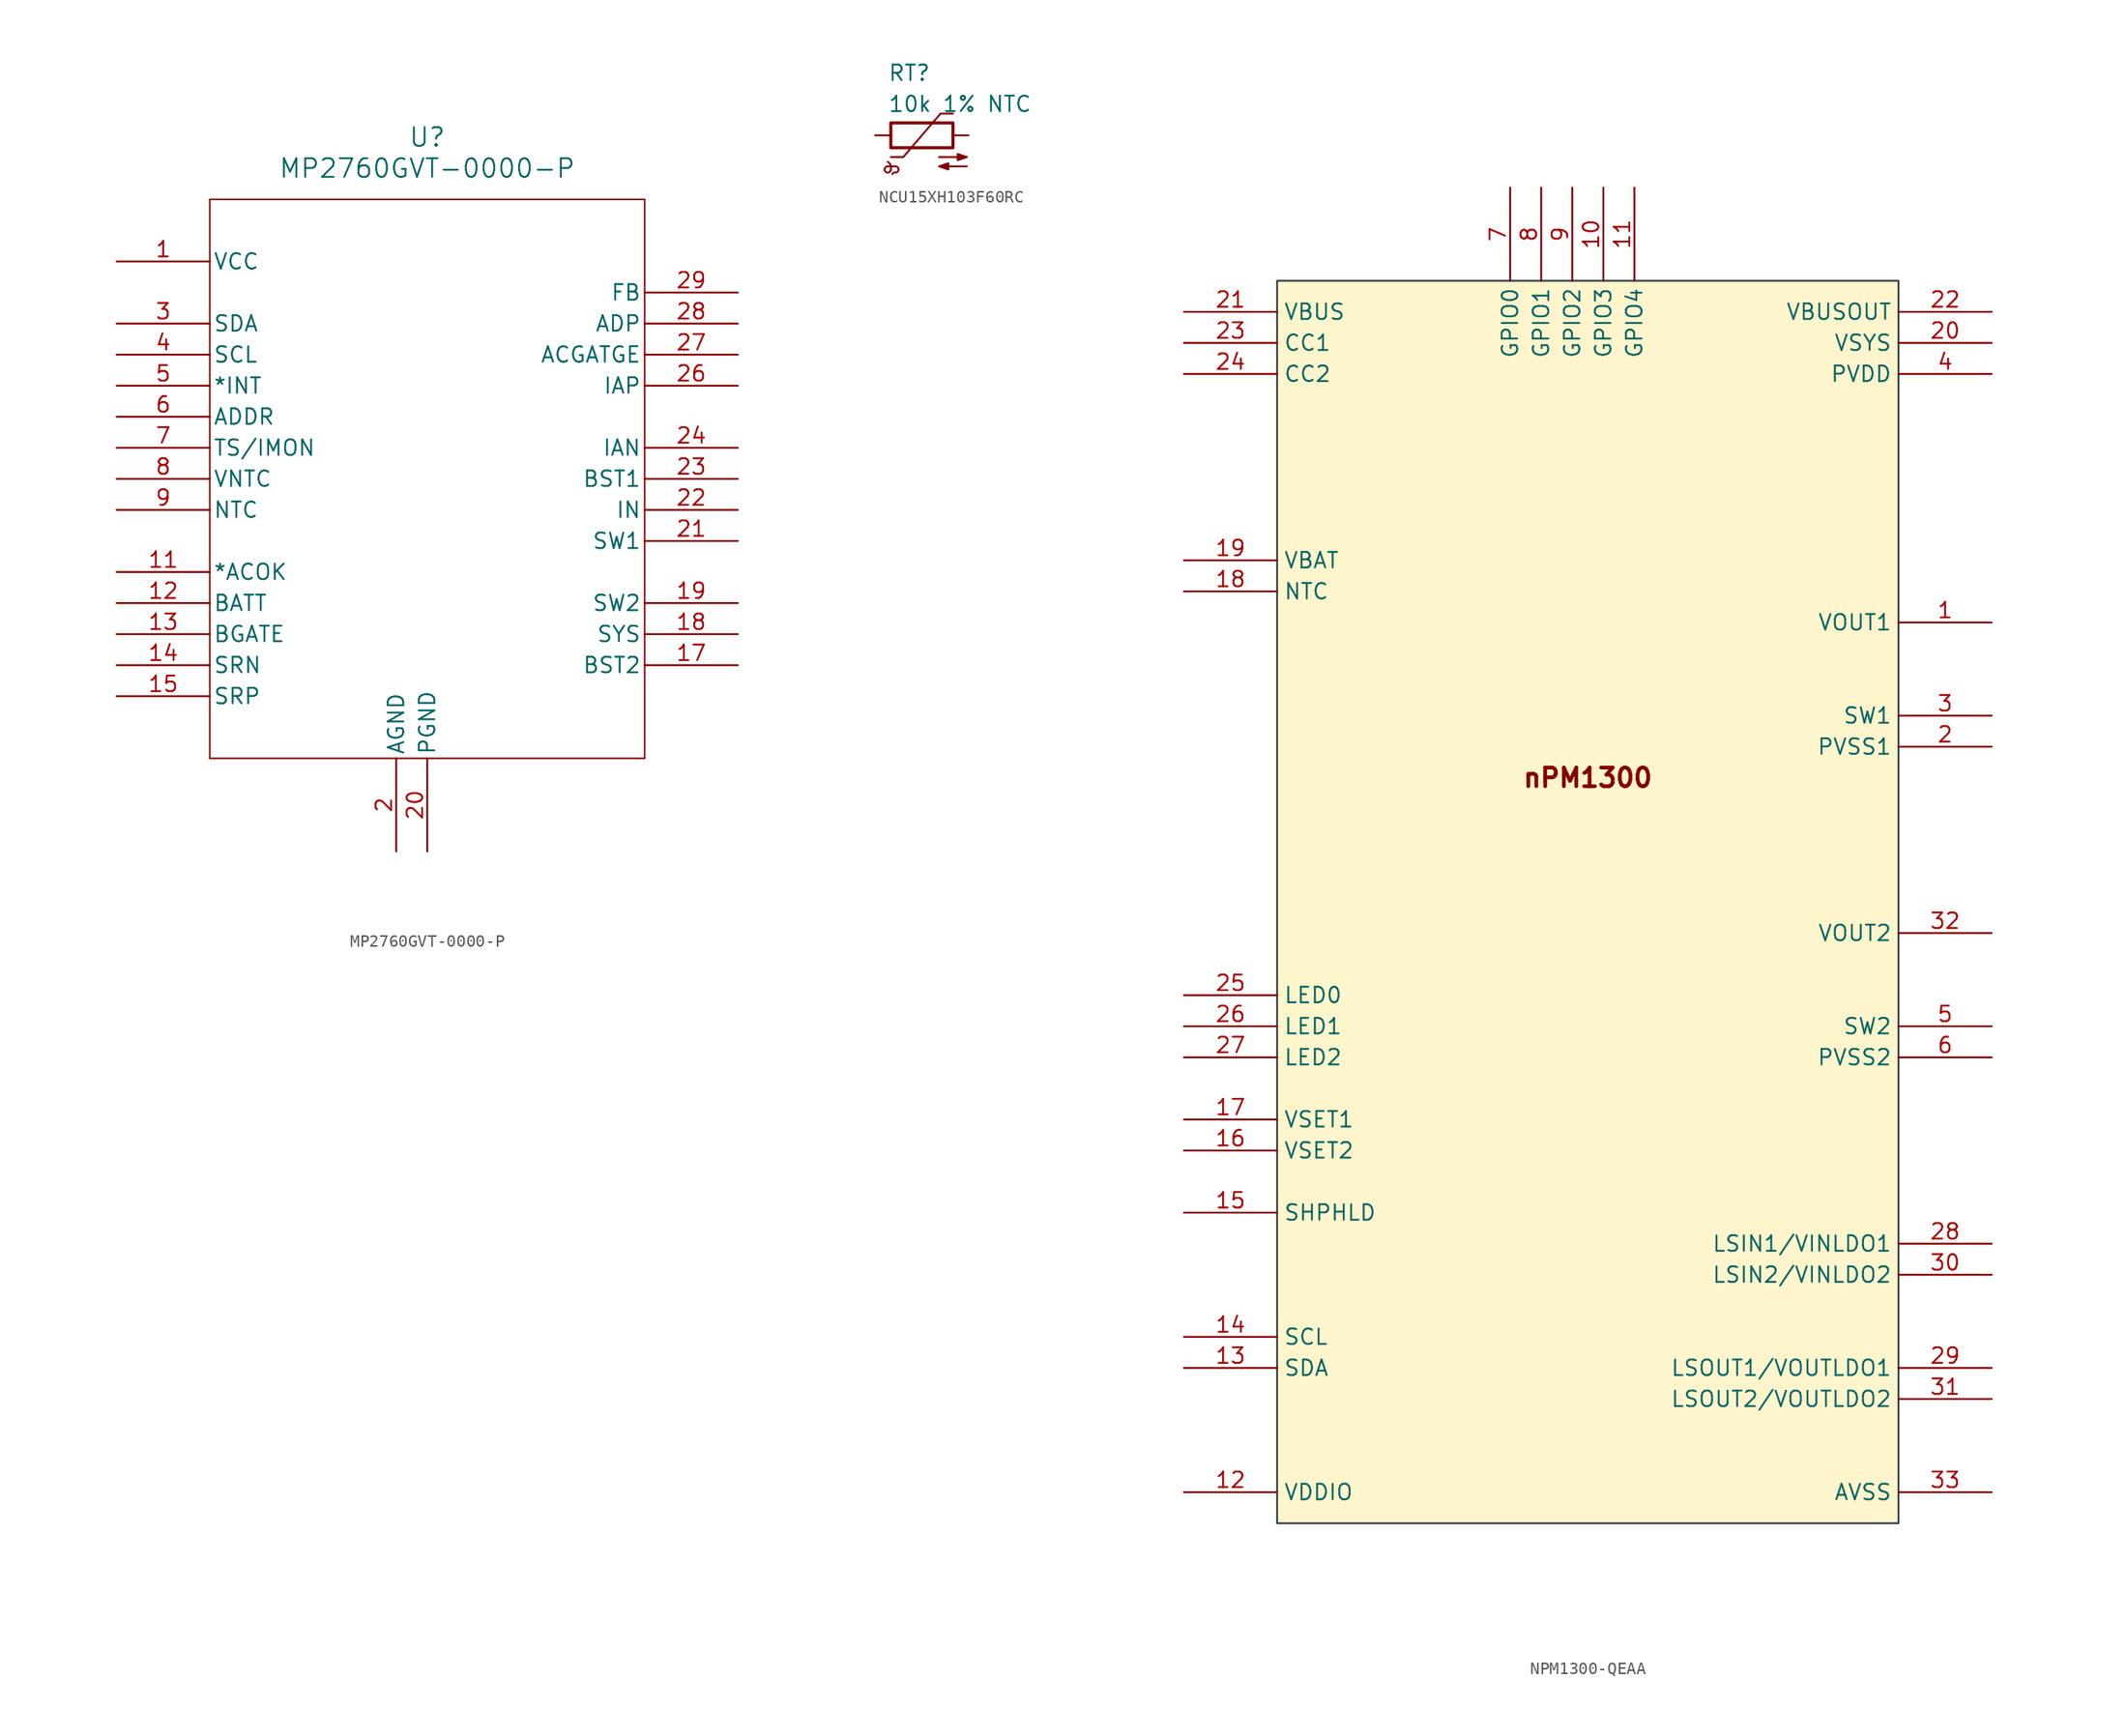
<source format=kicad_sym>
(kicad_symbol_lib
  (version 20241209)
  (generator "kicad_symbol_editor")
  (generator_version "9.0")
  (symbol "MP2760GVT-0000-P"
    (pin_names
      (offset 0.254))
    (property "Reference" "U"
      (at 25.4 10.16 0)
      (effects (font (size 1.524 1.524))))
    (property "Value" "MP2760GVT-0000-P"
      (at 25.4 7.62 0)
      (effects (font (size 1.524 1.524))))
    (symbol "MP2760GVT-0000-P_0_1"
      (polyline (pts (xy 7.62 5.08) (xy 7.62 -40.64)) (stroke (width 0.127) (type default)) (fill (type none)))
      (polyline (pts (xy 7.62 -40.64) (xy 43.18 -40.64)) (stroke (width 0.127) (type default)) (fill (type none)))
      (polyline (pts (xy 43.18 5.08) (xy 7.62 5.08)) (stroke (width 0.127) (type default)) (fill (type none)))
      (polyline (pts (xy 43.18 -40.64) (xy 43.18 5.08)) (stroke (width 0.127) (type default)) (fill (type none)))
      (pin power_in line (at 0 0 0) (length 7.62) (name "VCC" (effects (font (size 1.27 1.27)))) (number "1" (effects (font (size 1.27 1.27)))))
      (pin passive line (at 0 0 0) (length 7.62) (hide yes) (name "VCC" (effects (font (size 1.27 1.27)))) (number "30" (effects (font (size 1.27 1.27)))))
      (pin output line (at 0 -5.08 0) (length 7.62) (name "SDA" (effects (font (size 1.27 1.27)))) (number "3" (effects (font (size 1.27 1.27)))))
      (pin output line (at 0 -7.62 0) (length 7.62) (name "SCL" (effects (font (size 1.27 1.27)))) (number "4" (effects (font (size 1.27 1.27)))))
      (pin output line (at 0 -10.16 0) (length 7.62) (name "*INT" (effects (font (size 1.27 1.27)))) (number "5" (effects (font (size 1.27 1.27)))))
      (pin unspecified line (at 0 -12.7 0) (length 7.62) (name "ADDR" (effects (font (size 1.27 1.27)))) (number "6" (effects (font (size 1.27 1.27)))))
      (pin unspecified line (at 0 -15.24 0) (length 7.62) (name "TS/IMON" (effects (font (size 1.27 1.27)))) (number "7" (effects (font (size 1.27 1.27)))))
      (pin unspecified line (at 0 -17.78 0) (length 7.62) (name "VNTC" (effects (font (size 1.27 1.27)))) (number "8" (effects (font (size 1.27 1.27)))))
      (pin passive line (at 0 -20.32 0) (length 7.62) (hide yes) (name "NTC" (effects (font (size 1.27 1.27)))) (number "10" (effects (font (size 1.27 1.27)))))
      (pin input line (at 0 -20.32 0) (length 7.62) (name "NTC" (effects (font (size 1.27 1.27)))) (number "9" (effects (font (size 1.27 1.27)))))
      (pin output line (at 0 -25.4 0) (length 7.62) (name "*ACOK" (effects (font (size 1.27 1.27)))) (number "11" (effects (font (size 1.27 1.27)))))
      (pin power_in line (at 0 -27.94 0) (length 7.62) (name "BATT" (effects (font (size 1.27 1.27)))) (number "12" (effects (font (size 1.27 1.27)))))
      (pin unspecified line (at 0 -30.48 0) (length 7.62) (name "BGATE" (effects (font (size 1.27 1.27)))) (number "13" (effects (font (size 1.27 1.27)))))
      (pin unspecified line (at 0 -33.02 0) (length 7.62) (name "SRN" (effects (font (size 1.27 1.27)))) (number "14" (effects (font (size 1.27 1.27)))))
      (pin unspecified line (at 0 -35.56 0) (length 7.62) (name "SRP" (effects (font (size 1.27 1.27)))) (number "15" (effects (font (size 1.27 1.27)))))
      (pin passive line (at 0 -35.56 0) (length 7.62) (hide yes) (name "SRP" (effects (font (size 1.27 1.27)))) (number "16" (effects (font (size 1.27 1.27)))))
      (pin power_in line (at 22.86 -48.26 90) (length 7.62) (name "AGND" (effects (font (size 1.27 1.27)))) (number "2" (effects (font (size 1.27 1.27)))))
      (pin power_in line (at 25.4 -48.26 90) (length 7.62) (name "PGND" (effects (font (size 1.27 1.27)))) (number "20" (effects (font (size 1.27 1.27)))))
      (pin unspecified line (at 50.8 -2.54 180) (length 7.62) (name "FB" (effects (font (size 1.27 1.27)))) (number "29" (effects (font (size 1.27 1.27)))))
      (pin unspecified line (at 50.8 -5.08 180) (length 7.62) (name "ADP" (effects (font (size 1.27 1.27)))) (number "28" (effects (font (size 1.27 1.27)))))
      (pin input line (at 50.8 -7.62 180) (length 7.62) (name "ACGATGE" (effects (font (size 1.27 1.27)))) (number "27" (effects (font (size 1.27 1.27)))))
      (pin input line (at 50.8 -10.16 180) (length 7.62) (name "IAP" (effects (font (size 1.27 1.27)))) (number "26" (effects (font (size 1.27 1.27)))))
      (pin input line (at 50.8 -15.24 180) (length 7.62) (name "IAN" (effects (font (size 1.27 1.27)))) (number "24" (effects (font (size 1.27 1.27)))))
      (pin passive line (at 50.8 -15.24 180) (length 7.62) (hide yes) (name "IAN" (effects (font (size 1.27 1.27)))) (number "25" (effects (font (size 1.27 1.27)))))
      (pin power_in line (at 50.8 -17.78 180) (length 7.62) (name "BST1" (effects (font (size 1.27 1.27)))) (number "23" (effects (font (size 1.27 1.27)))))
      (pin input line (at 50.8 -20.32 180) (length 7.62) (name "IN" (effects (font (size 1.27 1.27)))) (number "22" (effects (font (size 1.27 1.27)))))
      (pin unspecified line (at 50.8 -22.86 180) (length 7.62) (name "SW1" (effects (font (size 1.27 1.27)))) (number "21" (effects (font (size 1.27 1.27)))))
      (pin unspecified line (at 50.8 -27.94 180) (length 7.62) (name "SW2" (effects (font (size 1.27 1.27)))) (number "19" (effects (font (size 1.27 1.27)))))
      (pin power_in line (at 50.8 -30.48 180) (length 7.62) (name "SYS" (effects (font (size 1.27 1.27)))) (number "18" (effects (font (size 1.27 1.27)))))
      (pin power_in line (at 50.8 -33.02 180) (length 7.62) (name "BST2" (effects (font (size 1.27 1.27)))) (number "17" (effects (font (size 1.27 1.27)))))))
  (symbol "NCU15XH103F60RC"
    (pin_numbers
      (hide yes))
    (pin_names
      (hide yes))
    (property "Reference" "RT"
      (at 6.096 5.842 0)
      (effects (font (size 1.27 1.27)) (justify left top)))
    (property "Value" "10k 1% NTC"
      (at 6.096 3.302 0)
      (effects (font (size 1.27 1.27)) (justify left top)))
    (symbol "NCU15XH103F60RC_0_1"
      (arc (start 6.096 -2.159) (mid 6.3292 -2.434) (end 6.35 -2.794) (stroke (width 0) (type default)) (fill (type none)))
      (arc (start 5.842 -2.794) (mid 5.9164 -2.6144) (end 6.096 -2.54) (stroke (width 0) (type default)) (fill (type none)))
      (arc (start 6.096 -3.048) (mid 5.9164 -2.9736) (end 5.842 -2.794) (stroke (width 0) (type default)) (fill (type none)))
      (arc (start 6.35 -2.794) (mid 6.2756 -2.9736) (end 6.096 -3.048) (stroke (width 0) (type default)) (fill (type none)))
      (rectangle (start 6.35 -1.016) (end 11.43 1.016) (stroke (width 0.254) (type default)) (fill (type none)))
      (polyline (pts (xy 6.35 -1.778) (xy 7.366 -1.778) (xy 10.414 1.778) (xy 11.43 1.778)) (stroke (width 0) (type default)) (fill (type none)))
      (arc (start 6.477 -3.175) (mid 6.5735 -3.0506) (end 6.731 -3.048) (stroke (width 0) (type default)) (fill (type none)))
      (polyline (pts (xy 6.731 -2.54) (xy 6.096 -2.54)) (stroke (width 0) (type default)) (fill (type none)))
      (arc (start 6.731 -2.54) (mid 6.9106 -2.6144) (end 6.985 -2.794) (stroke (width 0) (type default)) (fill (type none)))
      (arc (start 6.985 -2.794) (mid 6.9106 -2.9736) (end 6.731 -3.048) (stroke (width 0) (type default)) (fill (type none)))
      (polyline (pts (xy 10.287 -1.778) (xy 12.573 -1.778) (xy 11.811 -2.032) (xy 11.811 -1.524) (xy 12.573 -1.778) (xy 12.319 -1.778)) (stroke (width 0) (type default)) (fill (type outline)))
      (polyline (pts (xy 12.573 -2.54) (xy 10.287 -2.54) (xy 11.049 -2.794) (xy 11.049 -2.286) (xy 10.287 -2.54) (xy 10.541 -2.54)) (stroke (width 0) (type default)) (fill (type outline))))
    (symbol "NCU15XH103F60RC_1_1"
      (pin passive line (at 5.08 0 0) (length 1.27) (name "~" (effects (font (size 1.27 1.27)))) (number "1" (effects (font (size 1.27 1.27)))))
      (pin passive line (at 12.7 0 180) (length 1.27) (name "~" (effects (font (size 1.27 1.27)))) (number "2" (effects (font (size 1.27 1.27)))))))
  (symbol "NPM1300-QEAA"
    (property "Reference" "U"
      (at 31.75 30.48 0)
      (effects (font (size 1.27 1.27)) (justify left top) (hide yes)))
    (symbol "NPM1300-QEAA_1_0"
      (rectangle (start 7.62 44.45) (end 58.42 -57.15) (stroke (width 0) (type solid) (color 51 63 72 1)) (fill (type color) (color 255 245 204 1)))
      (text "nPM1300" (at 33.02 3.81 0) (effects (font (size 1.524 1.524) (thickness 0.305) (bold yes))))
      (pin power_in line (at 0 41.91 0) (length 7.62) (name "VBUS" (effects (font (size 1.27 1.27)))) (number "21" (effects (font (size 1.27 1.27)))))
      (pin input line (at 0 39.37 0) (length 7.62) (name "CC1" (effects (font (size 1.27 1.27)))) (number "23" (effects (font (size 1.27 1.27)))))
      (pin input line (at 0 36.83 0) (length 7.62) (name "CC2" (effects (font (size 1.27 1.27)))) (number "24" (effects (font (size 1.27 1.27)))))
      (pin power_in line (at 0 21.59 0) (length 7.62) (name "VBAT" (effects (font (size 1.27 1.27)))) (number "19" (effects (font (size 1.27 1.27)))))
      (pin input line (at 0 19.05 0) (length 7.62) (name "NTC" (effects (font (size 1.27 1.27)))) (number "18" (effects (font (size 1.27 1.27)))))
      (pin output line (at 0 -13.97 0) (length 7.62) (name "LED0" (effects (font (size 1.27 1.27)))) (number "25" (effects (font (size 1.27 1.27)))))
      (pin output line (at 0 -16.51 0) (length 7.62) (name "LED1" (effects (font (size 1.27 1.27)))) (number "26" (effects (font (size 1.27 1.27)))))
      (pin output line (at 0 -19.05 0) (length 7.62) (name "LED2" (effects (font (size 1.27 1.27)))) (number "27" (effects (font (size 1.27 1.27)))))
      (pin input line (at 0 -24.13 0) (length 7.62) (name "VSET1" (effects (font (size 1.27 1.27)))) (number "17" (effects (font (size 1.27 1.27)))))
      (pin input line (at 0 -26.67 0) (length 7.62) (name "VSET2" (effects (font (size 1.27 1.27)))) (number "16" (effects (font (size 1.27 1.27)))))
      (pin input line (at 0 -31.75 0) (length 7.62) (name "SHPHLD" (effects (font (size 1.27 1.27)))) (number "15" (effects (font (size 1.27 1.27)))))
      (pin input line (at 0 -41.91 0) (length 7.62) (name "SCL" (effects (font (size 1.27 1.27)))) (number "14" (effects (font (size 1.27 1.27)))))
      (pin bidirectional line (at 0 -44.45 0) (length 7.62) (name "SDA" (effects (font (size 1.27 1.27)))) (number "13" (effects (font (size 1.27 1.27)))))
      (pin power_in line (at 0 -54.61 0) (length 7.62) (name "VDDIO" (effects (font (size 1.27 1.27)))) (number "12" (effects (font (size 1.27 1.27)))))
      (pin bidirectional line (at 26.67 52.07 270) (length 7.62) (name "GPIO0" (effects (font (size 1.27 1.27)))) (number "7" (effects (font (size 1.27 1.27)))))
      (pin bidirectional line (at 29.21 52.07 270) (length 7.62) (name "GPIO1" (effects (font (size 1.27 1.27)))) (number "8" (effects (font (size 1.27 1.27)))))
      (pin bidirectional line (at 31.75 52.07 270) (length 7.62) (name "GPIO2" (effects (font (size 1.27 1.27)))) (number "9" (effects (font (size 1.27 1.27)))))
      (pin bidirectional line (at 34.29 52.07 270) (length 7.62) (name "GPIO3" (effects (font (size 1.27 1.27)))) (number "10" (effects (font (size 1.27 1.27)))))
      (pin bidirectional line (at 36.83 52.07 270) (length 7.62) (name "GPIO4" (effects (font (size 1.27 1.27)))) (number "11" (effects (font (size 1.27 1.27)))))
      (pin power_out line (at 66.04 41.91 180) (length 7.62) (name "VBUSOUT" (effects (font (size 1.27 1.27)))) (number "22" (effects (font (size 1.27 1.27)))))
      (pin power_out line (at 66.04 39.37 180) (length 7.62) (name "VSYS" (effects (font (size 1.27 1.27)))) (number "20" (effects (font (size 1.27 1.27)))))
      (pin power_in line (at 66.04 36.83 180) (length 7.62) (name "PVDD" (effects (font (size 1.27 1.27)))) (number "4" (effects (font (size 1.27 1.27)))))
      (pin power_out line (at 66.04 16.51 180) (length 7.62) (name "VOUT1" (effects (font (size 1.27 1.27)))) (number "1" (effects (font (size 1.27 1.27)))))
      (pin power_out line (at 66.04 8.89 180) (length 7.62) (name "SW1" (effects (font (size 1.27 1.27)))) (number "3" (effects (font (size 1.27 1.27)))))
      (pin power_in line (at 66.04 6.35 180) (length 7.62) (name "PVSS1" (effects (font (size 1.27 1.27)))) (number "2" (effects (font (size 1.27 1.27)))))
      (pin power_out line (at 66.04 -8.89 180) (length 7.62) (name "VOUT2" (effects (font (size 1.27 1.27)))) (number "32" (effects (font (size 1.27 1.27)))))
      (pin power_out line (at 66.04 -16.51 180) (length 7.62) (name "SW2" (effects (font (size 1.27 1.27)))) (number "5" (effects (font (size 1.27 1.27)))))
      (pin power_in line (at 66.04 -19.05 180) (length 7.62) (name "PVSS2" (effects (font (size 1.27 1.27)))) (number "6" (effects (font (size 1.27 1.27)))))
      (pin power_in line (at 66.04 -34.29 180) (length 7.62) (name "LSIN1/VINLDO1" (effects (font (size 1.27 1.27)))) (number "28" (effects (font (size 1.27 1.27)))))
      (pin power_in line (at 66.04 -36.83 180) (length 7.62) (name "LSIN2/VINLDO2" (effects (font (size 1.27 1.27)))) (number "30" (effects (font (size 1.27 1.27)))))
      (pin output line (at 66.04 -44.45 180) (length 7.62) (name "LSOUT1/VOUTLDO1" (effects (font (size 1.27 1.27)))) (number "29" (effects (font (size 1.27 1.27)))))
      (pin output line (at 66.04 -46.99 180) (length 7.62) (name "LSOUT2/VOUTLDO2" (effects (font (size 1.27 1.27)))) (number "31" (effects (font (size 1.27 1.27)))))
      (pin power_in line (at 66.04 -54.61 180) (length 7.62) (name "AVSS" (effects (font (size 1.27 1.27)))) (number "33" (effects (font (size 1.27 1.27))))))))
</source>
